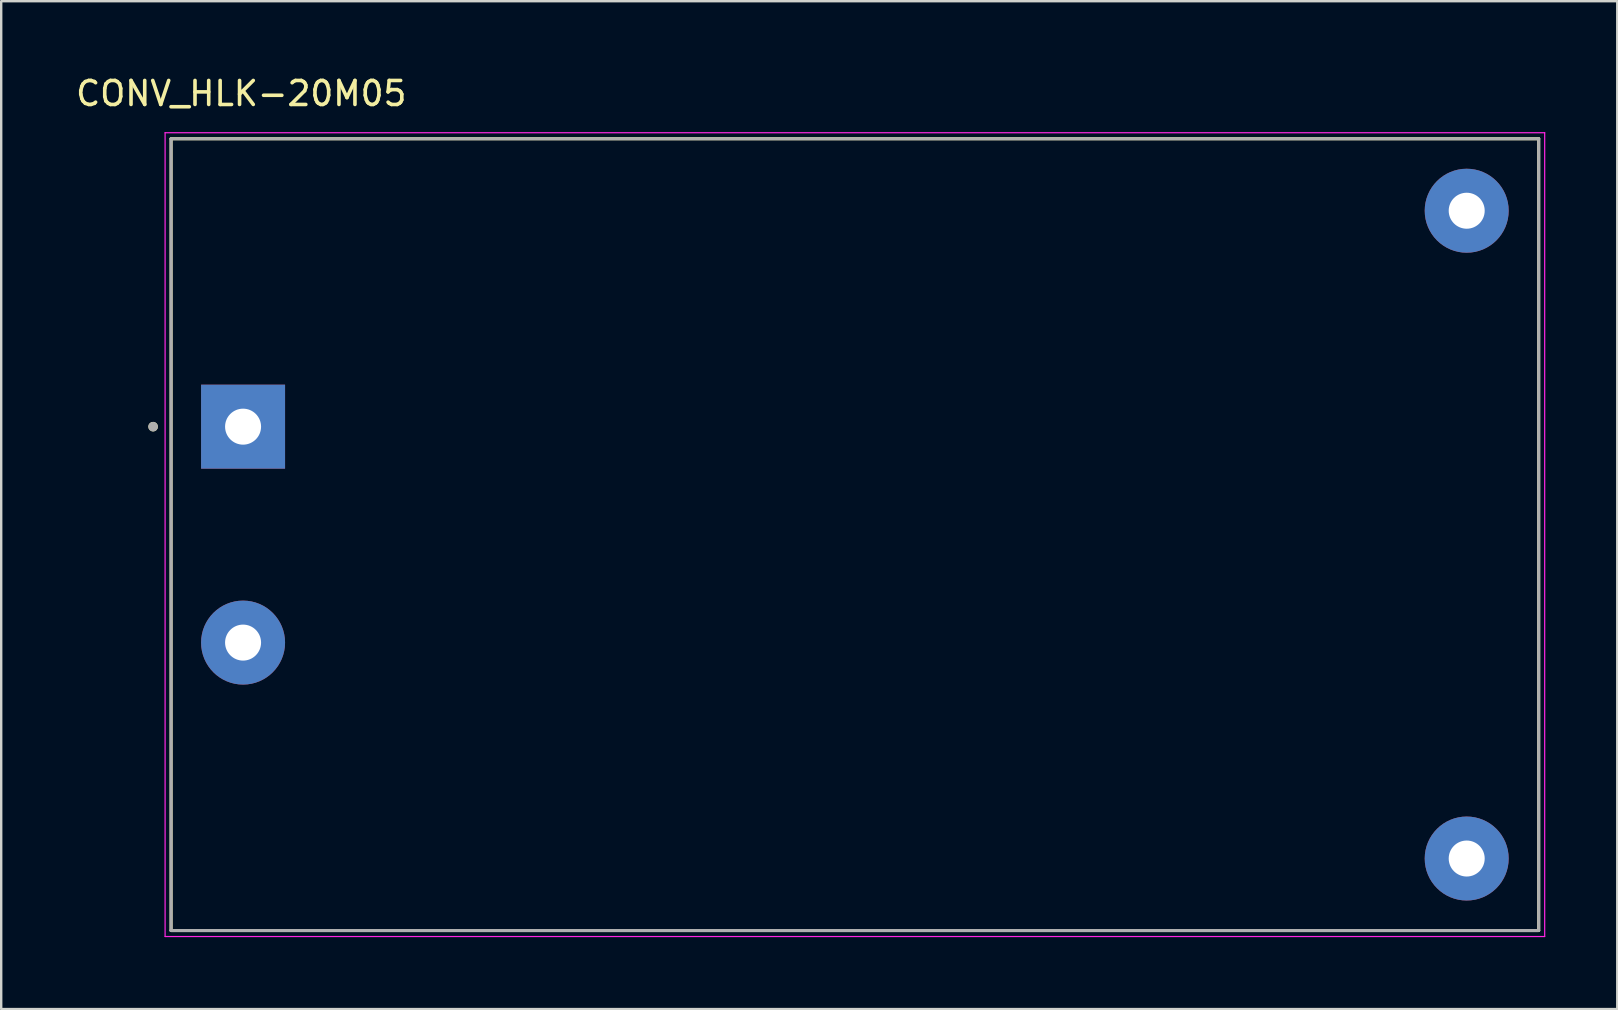
<source format=kicad_pcb>
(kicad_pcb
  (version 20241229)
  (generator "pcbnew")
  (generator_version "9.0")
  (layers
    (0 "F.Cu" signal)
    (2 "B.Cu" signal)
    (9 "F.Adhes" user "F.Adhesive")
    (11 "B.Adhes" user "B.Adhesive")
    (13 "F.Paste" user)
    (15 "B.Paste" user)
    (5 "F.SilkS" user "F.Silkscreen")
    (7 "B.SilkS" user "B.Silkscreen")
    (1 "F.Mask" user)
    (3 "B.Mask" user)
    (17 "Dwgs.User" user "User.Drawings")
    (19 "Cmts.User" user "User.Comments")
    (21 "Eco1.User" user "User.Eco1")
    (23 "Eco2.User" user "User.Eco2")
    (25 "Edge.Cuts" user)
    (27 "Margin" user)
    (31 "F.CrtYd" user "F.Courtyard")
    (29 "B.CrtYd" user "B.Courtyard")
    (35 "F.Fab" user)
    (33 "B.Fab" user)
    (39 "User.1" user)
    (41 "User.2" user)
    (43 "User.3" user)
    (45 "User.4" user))
  (footprint "CONV_HLK-20M05"
    (layer "F.Cu")
    (at 32.581 19.233)
    (property "Reference" "CONV_HLK-20M05" (at -25.575 -18.385 0) (layer "F.SilkS") (effects (font (size 1 1) (thickness 0.15))))
    (attr through_hole)
    (fp_line (start -28.5 -16.5) (end 28.5 -16.5) (stroke (width 0.127) (type solid)) (layer "F.SilkS"))
    (fp_line (start -28.5 16.5) (end -28.5 -16.5) (stroke (width 0.127) (type solid)) (layer "F.SilkS"))
    (fp_line (start 28.5 -16.5) (end 28.5 16.5) (stroke (width 0.127) (type solid)) (layer "F.SilkS"))
    (fp_line (start 28.5 16.5) (end -28.5 16.5) (stroke (width 0.127) (type solid)) (layer "F.SilkS"))
    (fp_circle (center -29.25 -4.5) (end -29.15 -4.5) (stroke (width 0.2) (type solid)) (fill no) (layer "F.SilkS"))
    (fp_line (start -28.75 -16.75) (end -28.75 16.75) (stroke (width 0.05) (type solid)) (layer "F.CrtYd"))
    (fp_line (start -28.75 16.75) (end 28.75 16.75) (stroke (width 0.05) (type solid)) (layer "F.CrtYd"))
    (fp_line (start 28.75 -16.75) (end -28.75 -16.75) (stroke (width 0.05) (type solid)) (layer "F.CrtYd"))
    (fp_line (start 28.75 16.75) (end 28.75 -16.75) (stroke (width 0.05) (type solid)) (layer "F.CrtYd"))
    (fp_line (start -28.5 -16.5) (end 28.5 -16.5) (stroke (width 0.127) (type solid)) (layer "F.Fab"))
    (fp_line (start -28.5 16.5) (end -28.5 -16.5) (stroke (width 0.127) (type solid)) (layer "F.Fab"))
    (fp_line (start 28.5 -16.5) (end 28.5 16.5) (stroke (width 0.127) (type solid)) (layer "F.Fab"))
    (fp_line (start 28.5 16.5) (end -28.5 16.5) (stroke (width 0.127) (type solid)) (layer "F.Fab"))
    (fp_circle (center -29.25 -4.5) (end -29.15 -4.5) (stroke (width 0.2) (type solid)) (fill no) (layer "F.Fab"))
    (pad "1" thru_hole rect (at -25.5 -4.5) (size 3.5 3.5) (drill 1.5) (layers "*.Cu" "*.Mask"))
    (pad "2" thru_hole circle (at -25.5 4.5) (size 3.5 3.5) (drill 1.5) (layers "*.Cu" "*.Mask"))
    (pad "3" thru_hole circle (at 25.5 -13.5) (size 3.5 3.5) (drill 1.5) (layers "*.Cu" "*.Mask"))
    (pad "4" thru_hole circle (at 25.5 13.5) (size 3.5 3.5) (drill 1.5) (layers "*.Cu" "*.Mask")))
  (gr_rect
    (start -3 -3)
    (end 64.356 39.008)
    (stroke (width 0.1) (type default))
    (fill no)
    (layer "Edge.Cuts")))
</source>
